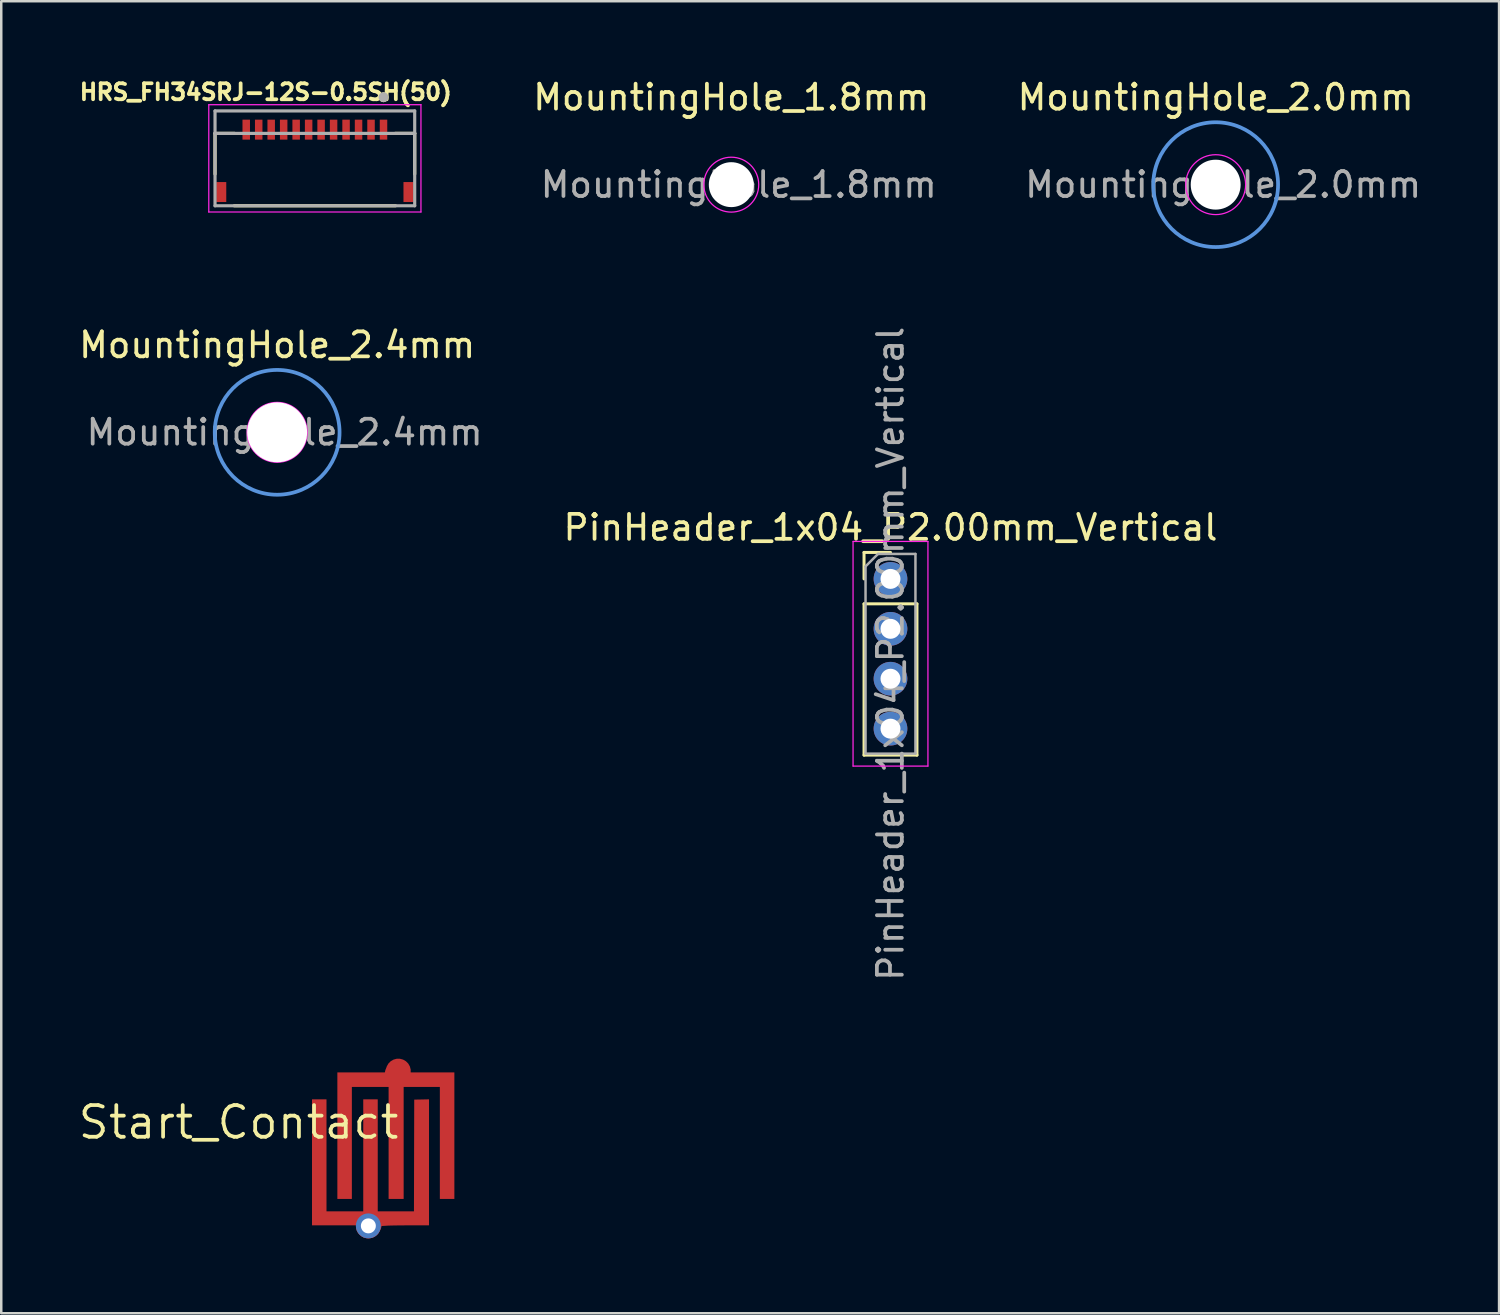
<source format=kicad_pcb>
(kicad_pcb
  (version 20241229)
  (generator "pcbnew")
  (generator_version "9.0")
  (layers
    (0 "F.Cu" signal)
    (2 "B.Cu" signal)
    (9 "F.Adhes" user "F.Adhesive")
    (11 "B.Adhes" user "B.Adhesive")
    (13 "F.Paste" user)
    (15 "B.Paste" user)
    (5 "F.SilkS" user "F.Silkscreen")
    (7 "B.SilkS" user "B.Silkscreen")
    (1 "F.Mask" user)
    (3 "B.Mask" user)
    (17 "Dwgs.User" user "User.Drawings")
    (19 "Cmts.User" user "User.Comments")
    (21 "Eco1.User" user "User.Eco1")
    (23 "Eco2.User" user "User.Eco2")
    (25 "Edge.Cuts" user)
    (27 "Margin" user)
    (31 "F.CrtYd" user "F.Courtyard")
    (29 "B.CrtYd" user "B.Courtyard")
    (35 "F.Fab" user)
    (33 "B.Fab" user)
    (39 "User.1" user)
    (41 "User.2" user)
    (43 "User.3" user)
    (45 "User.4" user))
  (footprint "Start_Contact"
    (layer "F.Cu")
    (at 12.308 42.964)
    (property "Reference" "Start_Contact" (at -5.8 -1.05 0) (layer "F.SilkS") (effects (font (size 1.27 1.27) (thickness 0.15))))
    (attr smd allow_soldermask_bridges)
    (fp_poly (pts (xy 2.756 3.031) (xy 0.008 3.031) (xy -0.33 3.031) (xy -0.656 3.031) (xy -0.968 3.03) (xy -1.263 3.03) (xy -1.538 3.029) (xy -1.793 3.028) (xy -2.022 3.027) (xy -2.226 3.025) (xy -2.4 3.024) (xy -2.542 3.022) (xy -2.65 3.021) (xy -2.721 3.019) (xy -2.753 3.017) (xy -2.754 3.017) (xy -2.756 2.995) (xy -2.758 2.932) (xy -2.759 2.832) (xy -2.761 2.697) (xy -2.762 2.529) (xy -2.763 2.331) (xy -2.764 2.105) (xy -2.765 1.854) (xy -2.766 1.579) (xy -2.767 1.283) (xy -2.768 0.969) (xy -2.768 0.64) (xy -2.768 0.296) (xy -2.768 0.011) (xy -2.768 -2.98) (xy 2.756 -2.98) (xy 2.756 3.031)) (stroke (width 0.01) (type solid)) (fill yes) (layer "F.Mask"))
    (pad "1" smd custom (at 0.6 -3.1) (size 1 1) (layers "F.Cu" "F.Mask" "F.Paste") (options (anchor circle)) (primitives (gr_poly (pts (xy 0.1 -0.387) (xy 0.219 -0.337) (xy 0.31 -0.262) (xy 0.384 -0.16) (xy 0.429 -0.047) (xy 0.435 -0.019) (xy 0.447 0.056) (xy 2.241 0.056) (xy 2.241 5.115) (xy 1.669 5.115) (xy 1.669 0.628) (xy 0.209 0.628) (xy 0.209 5.115) (xy -0.384 5.115) (xy -0.384 0.628) (xy -1.866 0.628) (xy -1.866 5.115) (xy -2.437 5.115) (xy -2.437 0.056) (xy -0.536 0.056) (xy -0.511 -0.048) (xy -0.462 -0.17) (xy -0.382 -0.269) (xy -0.279 -0.343) (xy -0.16 -0.39) (xy -0.031 -0.405)) (width 0.01) (fill yes))))
    (pad "2" thru_hole circle (at -0.6 3.1) (size 1 1) (drill 0.6) (layers "*.Cu" "*.Mask"))
    (pad "2" smd custom (at -0.6 3.1) (size 1 1) (layers "F.Cu" "F.Mask" "F.Paste") (options (anchor circle)) (primitives (gr_poly (pts (xy 2.425 -0.026) (xy 1.698 -0.026) (xy 1.515 -0.026) (xy 1.335 -0.025) (xy 1.165 -0.023) (xy 1.013 -0.021) (xy 0.884 -0.018) (xy 0.788 -0.015) (xy 0.749 -0.013) (xy 0.527 0.001) (xy 0.504 0.088) (xy 0.454 0.204) (xy 0.377 0.307) (xy 0.281 0.383) (xy 0.258 0.395) (xy 0.153 0.432) (xy 0.038 0.45) (xy -0.07 0.448) (xy -0.134 0.433) (xy -0.235 0.377) (xy -0.326 0.298) (xy -0.397 0.203) (xy -0.442 0.103) (xy -0.454 0.032) (xy -0.454 -0.026) (xy -2.253 -0.026) (xy -2.253 -5.064) (xy -1.682 -5.064) (xy -1.682 -0.577) (xy -0.2 -0.577) (xy -0.2 -5.064) (xy 0.371 -5.064) (xy 0.371 -0.577) (xy 1.832 -0.577) (xy 1.837 -2.815) (xy 1.843 -5.054) (xy 2.134 -5.059) (xy 2.425 -5.065)) (width 0.01) (fill yes)))))
  (footprint "MountingHole_1.8mm"
    (layer "F.Cu")
    (at 26.248 4.348)
    (property "Reference" "MountingHole_1.8mm" (at 0 -3.5 0) (layer "F.SilkS") (effects (font (size 1 1) (thickness 0.15))))
    (attr exclude_from_pos_files)
    (fp_circle (center 0 0) (end 1.1 0) (stroke (width 0.05) (type solid)) (fill no) (layer "F.CrtYd"))
    (fp_text user "${REFERENCE}" (at 0.3 0 0) (layer "F.Fab") (effects (font (size 1 1) (thickness 0.15))))
    (pad "" np_thru_hole circle (at 0 0) (size 1.8 1.8) (drill 1.8) (layers "*.Cu" "*.Mask")))
  (footprint "HRS_FH34SRJ-12S-0.5SH(50)"
    (layer "F.Cu")
    (at 9.565 3.394)
    (property "Reference" "HRS_FH34SRJ-12S-0.5SH(50)" (at -1.968 -2.756 0) (layer "F.SilkS") (effects (font (size 0.64 0.64) (thickness 0.15))))
    (attr through_hole)
    (fp_line (start -4 -1.1) (end -4 0.53) (stroke (width 0.127) (type solid)) (layer "F.SilkS"))
    (fp_line (start -3.23 1.8) (end 3.23 1.8) (stroke (width 0.127) (type solid)) (layer "F.SilkS"))
    (fp_line (start -3.22 -1.1) (end -4 -1.1) (stroke (width 0.127) (type solid)) (layer "F.SilkS"))
    (fp_line (start 3.22 -1.1) (end 4 -1.1) (stroke (width 0.127) (type solid)) (layer "F.SilkS"))
    (fp_line (start 4 -1.1) (end 4 0.53) (stroke (width 0.127) (type solid)) (layer "F.SilkS"))
    (fp_circle (center 2.75 -2.55) (end 2.85 -2.55) (stroke (width 0.2) (type solid)) (fill no) (layer "F.SilkS"))
    (fp_poly (pts (xy -2.875 -1.65) (xy -2.625 -1.65) (xy -2.625 -1) (xy -2.875 -1)) (stroke (width 0.01) (type solid)) (fill yes) (layer "F.Paste"))
    (fp_poly (pts (xy -2.375 -1.65) (xy -2.125 -1.65) (xy -2.125 -1) (xy -2.375 -1)) (stroke (width 0.01) (type solid)) (fill yes) (layer "F.Paste"))
    (fp_poly (pts (xy -1.875 -1.65) (xy -1.625 -1.65) (xy -1.625 -1) (xy -1.875 -1)) (stroke (width 0.01) (type solid)) (fill yes) (layer "F.Paste"))
    (fp_poly (pts (xy -1.375 -1.65) (xy -1.125 -1.65) (xy -1.125 -1) (xy -1.375 -1)) (stroke (width 0.01) (type solid)) (fill yes) (layer "F.Paste"))
    (fp_poly (pts (xy -0.875 -1.65) (xy -0.625 -1.65) (xy -0.625 -1) (xy -0.875 -1)) (stroke (width 0.01) (type solid)) (fill yes) (layer "F.Paste"))
    (fp_poly (pts (xy -0.375 -1.65) (xy -0.125 -1.65) (xy -0.125 -1) (xy -0.375 -1)) (stroke (width 0.01) (type solid)) (fill yes) (layer "F.Paste"))
    (fp_poly (pts (xy 0.125 -1.65) (xy 0.375 -1.65) (xy 0.375 -1) (xy 0.125 -1)) (stroke (width 0.01) (type solid)) (fill yes) (layer "F.Paste"))
    (fp_poly (pts (xy 0.625 -1.65) (xy 0.875 -1.65) (xy 0.875 -1) (xy 0.625 -1)) (stroke (width 0.01) (type solid)) (fill yes) (layer "F.Paste"))
    (fp_poly (pts (xy 1.125 -1.65) (xy 1.375 -1.65) (xy 1.375 -1) (xy 1.125 -1)) (stroke (width 0.01) (type solid)) (fill yes) (layer "F.Paste"))
    (fp_poly (pts (xy 1.625 -1.65) (xy 1.875 -1.65) (xy 1.875 -1) (xy 1.625 -1)) (stroke (width 0.01) (type solid)) (fill yes) (layer "F.Paste"))
    (fp_poly (pts (xy 2.125 -1.65) (xy 2.375 -1.65) (xy 2.375 -1) (xy 2.125 -1)) (stroke (width 0.01) (type solid)) (fill yes) (layer "F.Paste"))
    (fp_poly (pts (xy 2.625 -1.65) (xy 2.875 -1.65) (xy 2.875 -1) (xy 2.625 -1)) (stroke (width 0.01) (type solid)) (fill yes) (layer "F.Paste"))
    (fp_line (start -4.25 -2.25) (end -4.25 2.05) (stroke (width 0.05) (type solid)) (layer "F.CrtYd"))
    (fp_line (start -4.25 2.05) (end 4.25 2.05) (stroke (width 0.05) (type solid)) (layer "F.CrtYd"))
    (fp_line (start 4.25 -2.25) (end -4.25 -2.25) (stroke (width 0.05) (type solid)) (layer "F.CrtYd"))
    (fp_line (start 4.25 2.05) (end 4.25 -2.25) (stroke (width 0.05) (type solid)) (layer "F.CrtYd"))
    (fp_line (start -4 -2) (end 4 -2) (stroke (width 0.127) (type solid)) (layer "F.Fab"))
    (fp_line (start -4 -1.1) (end -4 -2) (stroke (width 0.127) (type solid)) (layer "F.Fab"))
    (fp_line (start -4 -1.1) (end 4 -1.1) (stroke (width 0.127) (type solid)) (layer "F.Fab"))
    (fp_line (start -4 1.8) (end -4 -1.1) (stroke (width 0.127) (type solid)) (layer "F.Fab"))
    (fp_line (start 4 -2) (end 4 -1.1) (stroke (width 0.127) (type solid)) (layer "F.Fab"))
    (fp_line (start 4 -1.1) (end 4 1.8) (stroke (width 0.127) (type solid)) (layer "F.Fab"))
    (fp_line (start 4 1.8) (end -4 1.8) (stroke (width 0.127) (type solid)) (layer "F.Fab"))
    (fp_circle (center 2.75 -2.55) (end 2.85 -2.55) (stroke (width 0.2) (type solid)) (fill no) (layer "F.Fab"))
    (pad "1" smd rect (at 2.75 -1.25) (size 0.3 0.8) (layers "F.Cu" "F.Mask"))
    (pad "2" smd rect (at 2.25 -1.25) (size 0.3 0.8) (layers "F.Cu" "F.Mask"))
    (pad "3" smd rect (at 1.75 -1.25) (size 0.3 0.8) (layers "F.Cu" "F.Mask"))
    (pad "4" smd rect (at 1.25 -1.25) (size 0.3 0.8) (layers "F.Cu" "F.Mask"))
    (pad "5" smd rect (at 0.75 -1.25) (size 0.3 0.8) (layers "F.Cu" "F.Mask"))
    (pad "6" smd rect (at 0.25 -1.25) (size 0.3 0.8) (layers "F.Cu" "F.Mask"))
    (pad "7" smd rect (at -0.25 -1.25) (size 0.3 0.8) (layers "F.Cu" "F.Mask"))
    (pad "8" smd rect (at -0.75 -1.25) (size 0.3 0.8) (layers "F.Cu" "F.Mask"))
    (pad "9" smd rect (at -1.25 -1.25) (size 0.3 0.8) (layers "F.Cu" "F.Mask"))
    (pad "10" smd rect (at -1.75 -1.25) (size 0.3 0.8) (layers "F.Cu" "F.Mask"))
    (pad "11" smd rect (at -2.25 -1.25) (size 0.3 0.8) (layers "F.Cu" "F.Mask"))
    (pad "12" smd rect (at -2.75 -1.25) (size 0.3 0.8) (layers "F.Cu" "F.Mask"))
    (pad "S1" smd rect (at 3.75 1.25) (size 0.4 0.8) (layers "F.Cu" "F.Mask" "F.Paste"))
    (pad "S2" smd rect (at -3.75 1.25) (size 0.4 0.8) (layers "F.Cu" "F.Mask" "F.Paste")))
  (footprint "MountingHole_2.0mm"
    (layer "F.Cu")
    (at 45.655 4.348)
    (property "Reference" "MountingHole_2.0mm" (at 0 -3.5 0) (layer "F.SilkS") (effects (font (size 1 1) (thickness 0.15))))
    (attr exclude_from_pos_files)
    (fp_circle (center 0 0) (end 2.5 0) (stroke (width 0.15) (type solid)) (fill no) (layer "Cmts.User"))
    (fp_circle (center 0 0) (end 1.2 0) (stroke (width 0.05) (type solid)) (fill no) (layer "F.CrtYd"))
    (fp_text user "${REFERENCE}" (at 0.3 0 0) (layer "F.Fab") (effects (font (size 1 1) (thickness 0.15))))
    (pad "" np_thru_hole circle (at 0 0) (size 2 2) (drill 2) (layers "*.Cu" "*.Mask")))
  (footprint "PinHeader_1x04_P2.00mm_Vertical"
    (layer "F.Cu")
    (at 32.627 20.143)
    (property "Reference" "PinHeader_1x04_P2.00mm_Vertical" (at 0 -2.06 180) (layer "F.SilkS") (effects (font (size 1 1) (thickness 0.15))))
    (attr through_hole)
    (fp_line (start -1.06 -1.06) (end 0 -1.06) (stroke (width 0.12) (type solid)) (layer "F.SilkS"))
    (fp_line (start -1.06 0) (end -1.06 -1.06) (stroke (width 0.12) (type solid)) (layer "F.SilkS"))
    (fp_line (start -1.06 1) (end -1.06 7.06) (stroke (width 0.12) (type solid)) (layer "F.SilkS"))
    (fp_line (start -1.06 1) (end 1.06 1) (stroke (width 0.12) (type solid)) (layer "F.SilkS"))
    (fp_line (start -1.06 7.06) (end 1.06 7.06) (stroke (width 0.12) (type solid)) (layer "F.SilkS"))
    (fp_line (start 1.06 1) (end 1.06 7.06) (stroke (width 0.12) (type solid)) (layer "F.SilkS"))
    (fp_line (start -1.5 -1.5) (end -1.5 7.5) (stroke (width 0.05) (type solid)) (layer "F.CrtYd"))
    (fp_line (start -1.5 7.5) (end 1.5 7.5) (stroke (width 0.05) (type solid)) (layer "F.CrtYd"))
    (fp_line (start 1.5 -1.5) (end -1.5 -1.5) (stroke (width 0.05) (type solid)) (layer "F.CrtYd"))
    (fp_line (start 1.5 7.5) (end 1.5 -1.5) (stroke (width 0.05) (type solid)) (layer "F.CrtYd"))
    (fp_line (start -1 -0.5) (end -0.5 -1) (stroke (width 0.1) (type solid)) (layer "F.Fab"))
    (fp_line (start -1 7) (end -1 -0.5) (stroke (width 0.1) (type solid)) (layer "F.Fab"))
    (fp_line (start -0.5 -1) (end 1 -1) (stroke (width 0.1) (type solid)) (layer "F.Fab"))
    (fp_line (start 1 -1) (end 1 7) (stroke (width 0.1) (type solid)) (layer "F.Fab"))
    (fp_line (start 1 7) (end -1 7) (stroke (width 0.1) (type solid)) (layer "F.Fab"))
    (fp_text user "${REFERENCE}" (at 0 3 270) (layer "F.Fab") (effects (font (size 1 1) (thickness 0.15))))
    (pad "1" thru_hole circle (at 0 0) (size 1.35 1.35) (drill 0.8) (layers "*.Cu" "*.Mask"))
    (pad "2" thru_hole oval (at 0 2) (size 1.35 1.35) (drill 0.8) (layers "*.Cu" "*.Mask"))
    (pad "3" thru_hole oval (at 0 4) (size 1.35 1.35) (drill 0.8) (layers "*.Cu" "*.Mask"))
    (pad "4" thru_hole oval (at 0 6) (size 1.35 1.35) (drill 0.8) (layers "*.Cu" "*.Mask")))
  (footprint "MountingHole_2.4mm"
    (layer "F.Cu")
    (at 8.054 14.271)
    (property "Reference" "MountingHole_2.4mm" (at 0 -3.5 0) (layer "F.SilkS") (effects (font (size 1 1) (thickness 0.15))))
    (attr exclude_from_pos_files)
    (fp_circle (center 0 0) (end 2.5 0) (stroke (width 0.15) (type solid)) (fill no) (layer "Cmts.User"))
    (fp_circle (center 0 0) (end 1.2 0) (stroke (width 0.05) (type solid)) (fill no) (layer "F.CrtYd"))
    (fp_text user "${REFERENCE}" (at 0.3 0 0) (layer "F.Fab") (effects (font (size 1 1) (thickness 0.15))))
    (pad "" np_thru_hole circle (at 0 0) (size 2.4 2.4) (drill 2.4) (layers "*.Cu" "*.Mask")))
  (gr_rect
    (start -3 -3)
    (end 57.009 49.564)
    (stroke (width 0.1) (type default))
    (fill no)
    (layer "Edge.Cuts")))
</source>
